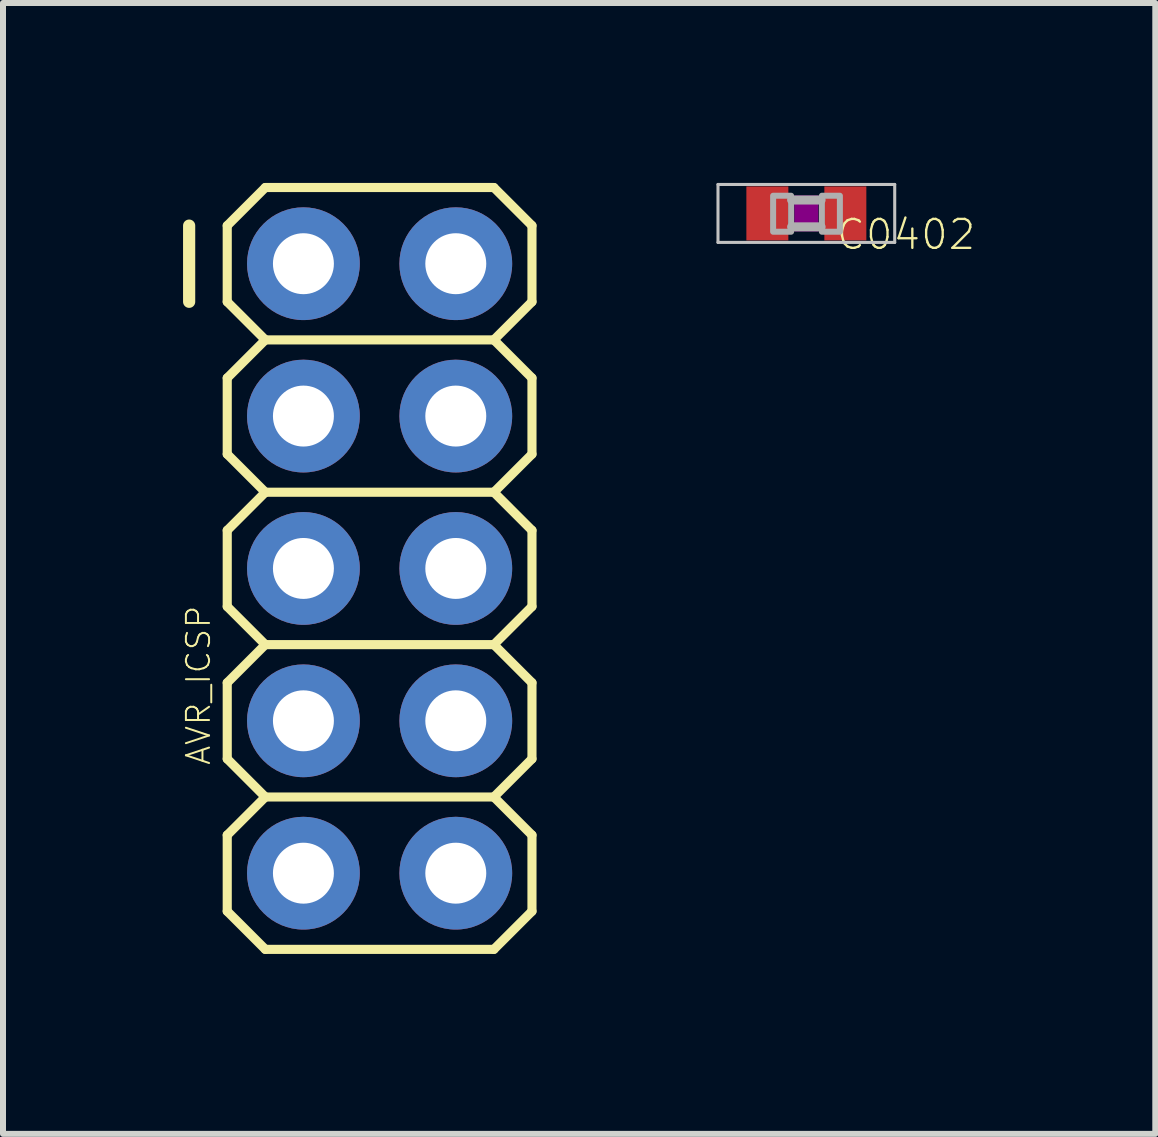
<source format=kicad_pcb>
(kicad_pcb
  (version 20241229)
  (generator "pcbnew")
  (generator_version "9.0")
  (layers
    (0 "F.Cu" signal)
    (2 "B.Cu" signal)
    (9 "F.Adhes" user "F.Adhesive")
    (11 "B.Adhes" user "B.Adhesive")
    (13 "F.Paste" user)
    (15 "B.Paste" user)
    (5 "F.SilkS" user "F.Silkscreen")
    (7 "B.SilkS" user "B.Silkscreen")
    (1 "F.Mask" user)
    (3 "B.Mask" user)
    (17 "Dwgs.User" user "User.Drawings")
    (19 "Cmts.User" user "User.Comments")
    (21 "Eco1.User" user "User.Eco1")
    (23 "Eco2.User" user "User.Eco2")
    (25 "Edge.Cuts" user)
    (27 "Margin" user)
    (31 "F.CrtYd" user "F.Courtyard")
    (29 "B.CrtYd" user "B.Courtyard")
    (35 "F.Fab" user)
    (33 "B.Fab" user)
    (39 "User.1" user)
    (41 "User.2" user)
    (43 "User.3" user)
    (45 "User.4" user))
  (footprint "AVR_ICSP"
    (layer "F.Cu")
    (at 3.278 6.426)
    (property "Reference" "AVR_ICSP" (at -2.794 3.302 90) (layer "F.SilkS") (effects (font (size 0.386 0.386) (thickness 0.033)) (justify left bottom)))
    (attr through_hole)
    (fp_line (start -3.175 -5.715) (end -3.175 -4.445) (stroke (width 0.203) (type solid)) (layer "F.SilkS"))
    (fp_line (start -2.54 -5.715) (end -2.54 -4.445) (stroke (width 0.152) (type solid)) (layer "F.SilkS"))
    (fp_line (start -2.54 -4.445) (end -1.905 -3.81) (stroke (width 0.152) (type solid)) (layer "F.SilkS"))
    (fp_line (start -2.54 -3.175) (end -2.54 -1.905) (stroke (width 0.152) (type solid)) (layer "F.SilkS"))
    (fp_line (start -2.54 -1.905) (end -1.905 -1.27) (stroke (width 0.152) (type solid)) (layer "F.SilkS"))
    (fp_line (start -2.54 -0.635) (end -2.54 0.635) (stroke (width 0.152) (type solid)) (layer "F.SilkS"))
    (fp_line (start -2.54 0.635) (end -1.905 1.27) (stroke (width 0.152) (type solid)) (layer "F.SilkS"))
    (fp_line (start -2.54 1.905) (end -2.54 3.175) (stroke (width 0.152) (type solid)) (layer "F.SilkS"))
    (fp_line (start -2.54 3.175) (end -1.905 3.81) (stroke (width 0.152) (type solid)) (layer "F.SilkS"))
    (fp_line (start -2.54 4.445) (end -2.54 5.715) (stroke (width 0.152) (type solid)) (layer "F.SilkS"))
    (fp_line (start -2.54 5.715) (end -1.905 6.35) (stroke (width 0.152) (type solid)) (layer "F.SilkS"))
    (fp_line (start -1.905 -6.35) (end -2.54 -5.715) (stroke (width 0.152) (type solid)) (layer "F.SilkS"))
    (fp_line (start -1.905 -6.35) (end 1.905 -6.35) (stroke (width 0.152) (type solid)) (layer "F.SilkS"))
    (fp_line (start -1.905 -3.81) (end -2.54 -3.175) (stroke (width 0.152) (type solid)) (layer "F.SilkS"))
    (fp_line (start -1.905 -1.27) (end -2.54 -0.635) (stroke (width 0.152) (type solid)) (layer "F.SilkS"))
    (fp_line (start -1.905 1.27) (end -2.54 1.905) (stroke (width 0.152) (type solid)) (layer "F.SilkS"))
    (fp_line (start -1.905 3.81) (end -2.54 4.445) (stroke (width 0.152) (type solid)) (layer "F.SilkS"))
    (fp_line (start 1.905 -6.35) (end 2.54 -5.715) (stroke (width 0.152) (type solid)) (layer "F.SilkS"))
    (fp_line (start 1.905 -3.81) (end -1.905 -3.81) (stroke (width 0.152) (type solid)) (layer "F.SilkS"))
    (fp_line (start 1.905 -3.81) (end 2.54 -3.175) (stroke (width 0.152) (type solid)) (layer "F.SilkS"))
    (fp_line (start 1.905 -1.27) (end -1.905 -1.27) (stroke (width 0.152) (type solid)) (layer "F.SilkS"))
    (fp_line (start 1.905 -1.27) (end 2.54 -0.635) (stroke (width 0.152) (type solid)) (layer "F.SilkS"))
    (fp_line (start 1.905 1.27) (end -1.905 1.27) (stroke (width 0.152) (type solid)) (layer "F.SilkS"))
    (fp_line (start 1.905 1.27) (end 2.54 1.905) (stroke (width 0.152) (type solid)) (layer "F.SilkS"))
    (fp_line (start 1.905 3.81) (end -1.905 3.81) (stroke (width 0.152) (type solid)) (layer "F.SilkS"))
    (fp_line (start 1.905 3.81) (end 2.54 4.445) (stroke (width 0.152) (type solid)) (layer "F.SilkS"))
    (fp_line (start 1.905 6.35) (end -1.905 6.35) (stroke (width 0.152) (type solid)) (layer "F.SilkS"))
    (fp_line (start 2.54 -5.715) (end 2.54 -4.445) (stroke (width 0.152) (type solid)) (layer "F.SilkS"))
    (fp_line (start 2.54 -4.445) (end 1.905 -3.81) (stroke (width 0.152) (type solid)) (layer "F.SilkS"))
    (fp_line (start 2.54 -3.175) (end 2.54 -1.905) (stroke (width 0.152) (type solid)) (layer "F.SilkS"))
    (fp_line (start 2.54 -1.905) (end 1.905 -1.27) (stroke (width 0.152) (type solid)) (layer "F.SilkS"))
    (fp_line (start 2.54 -0.635) (end 2.54 0.635) (stroke (width 0.152) (type solid)) (layer "F.SilkS"))
    (fp_line (start 2.54 0.635) (end 1.905 1.27) (stroke (width 0.152) (type solid)) (layer "F.SilkS"))
    (fp_line (start 2.54 1.905) (end 2.54 3.175) (stroke (width 0.152) (type solid)) (layer "F.SilkS"))
    (fp_line (start 2.54 3.175) (end 1.905 3.81) (stroke (width 0.152) (type solid)) (layer "F.SilkS"))
    (fp_line (start 2.54 4.445) (end 2.54 5.715) (stroke (width 0.152) (type solid)) (layer "F.SilkS"))
    (fp_line (start 2.54 5.715) (end 1.905 6.35) (stroke (width 0.152) (type solid)) (layer "F.SilkS"))
    (fp_poly (pts (xy -1.524 0.254) (xy -1.016 0.254) (xy -1.016 -0.254) (xy -1.524 -0.254)) (stroke (width 0) (type solid)) (fill yes) (layer "F.SilkS"))
    (fp_poly (pts (xy -1.524 -4.826) (xy -1.016 -4.826) (xy -1.016 -5.334) (xy -1.524 -5.334)) (stroke (width 0.1) (type solid)) (fill no) (layer "F.Fab"))
    (fp_poly (pts (xy -1.524 -2.286) (xy -1.016 -2.286) (xy -1.016 -2.794) (xy -1.524 -2.794)) (stroke (width 0.1) (type solid)) (fill no) (layer "F.Fab"))
    (fp_poly (pts (xy -1.524 2.794) (xy -1.016 2.794) (xy -1.016 2.286) (xy -1.524 2.286)) (stroke (width 0.1) (type solid)) (fill no) (layer "F.Fab"))
    (fp_poly (pts (xy -1.524 5.334) (xy -1.016 5.334) (xy -1.016 4.826) (xy -1.524 4.826)) (stroke (width 0.1) (type solid)) (fill no) (layer "F.Fab"))
    (fp_poly (pts (xy 1.016 -4.826) (xy 1.524 -4.826) (xy 1.524 -5.334) (xy 1.016 -5.334)) (stroke (width 0.1) (type solid)) (fill no) (layer "F.Fab"))
    (fp_poly (pts (xy 1.016 -2.286) (xy 1.524 -2.286) (xy 1.524 -2.794) (xy 1.016 -2.794)) (stroke (width 0.1) (type solid)) (fill no) (layer "F.Fab"))
    (fp_poly (pts (xy 1.016 0.254) (xy 1.524 0.254) (xy 1.524 -0.254) (xy 1.016 -0.254)) (stroke (width 0.1) (type solid)) (fill no) (layer "F.Fab"))
    (fp_poly (pts (xy 1.016 2.794) (xy 1.524 2.794) (xy 1.524 2.286) (xy 1.016 2.286)) (stroke (width 0.1) (type solid)) (fill no) (layer "F.Fab"))
    (fp_poly (pts (xy 1.016 5.334) (xy 1.524 5.334) (xy 1.524 4.826) (xy 1.016 4.826)) (stroke (width 0.1) (type solid)) (fill no) (layer "F.Fab"))
    (pad "1" thru_hole circle (at -1.27 -5.08 270) (size 1.88 1.88) (drill 1.016) (layers "*.Cu" "*.Mask"))
    (pad "2" thru_hole circle (at 1.27 -5.08 270) (size 1.88 1.88) (drill 1.016) (layers "*.Cu" "*.Mask"))
    (pad "3" thru_hole circle (at -1.27 -2.54 270) (size 1.88 1.88) (drill 1.016) (layers "*.Cu" "*.Mask"))
    (pad "4" thru_hole circle (at 1.27 -2.54 270) (size 1.88 1.88) (drill 1.016) (layers "*.Cu" "*.Mask"))
    (pad "5" thru_hole circle (at -1.27 0 270) (size 1.88 1.88) (drill 1.016) (layers "*.Cu" "*.Mask"))
    (pad "6" thru_hole circle (at 1.27 0 270) (size 1.88 1.88) (drill 1.016) (layers "*.Cu" "*.Mask"))
    (pad "7" thru_hole circle (at -1.27 2.54 270) (size 1.88 1.88) (drill 1.016) (layers "*.Cu" "*.Mask"))
    (pad "8" thru_hole circle (at 1.27 2.54 270) (size 1.88 1.88) (drill 1.016) (layers "*.Cu" "*.Mask"))
    (pad "9" thru_hole circle (at -1.27 5.08 270) (size 1.88 1.88) (drill 1.016) (layers "*.Cu" "*.Mask"))
    (pad "10" thru_hole circle (at 1.27 5.08 270) (size 1.88 1.88) (drill 1.016) (layers "*.Cu" "*.Mask")))
  (footprint "C0402"
    (layer "F.Cu")
    (at 10.392 0.508)
    (property "Reference" "C0402" (at 0.476 0.635 0) (layer "F.SilkS") (effects (font (size 0.483 0.483) (thickness 0.039)) (justify left bottom)))
    (attr through_hole)
    (fp_poly (pts (xy -0.2 0.3) (xy 0.2 0.3) (xy 0.2 -0.3) (xy -0.2 -0.3)) (stroke (width 0) (type solid)) (fill yes) (layer "F.Adhes"))
    (fp_line (start -1.473 -0.483) (end 1.473 -0.483) (stroke (width 0.051) (type solid)) (layer "Dwgs.User"))
    (fp_line (start -1.473 0.483) (end -1.473 -0.483) (stroke (width 0.051) (type solid)) (layer "Dwgs.User"))
    (fp_line (start 1.473 -0.483) (end 1.473 0.483) (stroke (width 0.051) (type solid)) (layer "Dwgs.User"))
    (fp_line (start 1.473 0.483) (end -1.473 0.483) (stroke (width 0.051) (type solid)) (layer "Dwgs.User"))
    (fp_line (start -0.245 -0.224) (end 0.245 -0.224) (stroke (width 0.152) (type solid)) (layer "F.Fab"))
    (fp_line (start 0.245 0.224) (end -0.245 0.224) (stroke (width 0.152) (type solid)) (layer "F.Fab"))
    (fp_poly (pts (xy -0.554 0.305) (xy -0.254 0.305) (xy -0.254 -0.295) (xy -0.554 -0.295)) (stroke (width 0.1) (type solid)) (fill no) (layer "F.Fab"))
    (fp_poly (pts (xy 0.259 0.305) (xy 0.559 0.305) (xy 0.559 -0.295) (xy 0.259 -0.295)) (stroke (width 0.1) (type solid)) (fill no) (layer "F.Fab"))
    (pad "1" smd rect (at -0.65 0) (size 0.7 0.9) (layers "F.Cu" "F.Mask" "F.Paste"))
    (pad "2" smd rect (at 0.65 0) (size 0.7 0.9) (layers "F.Cu" "F.Mask" "F.Paste")))
  (gr_rect
    (start -3 -3)
    (end 16.209 15.852)
    (stroke (width 0.1) (type default))
    (fill no)
    (layer "Edge.Cuts")))
</source>
